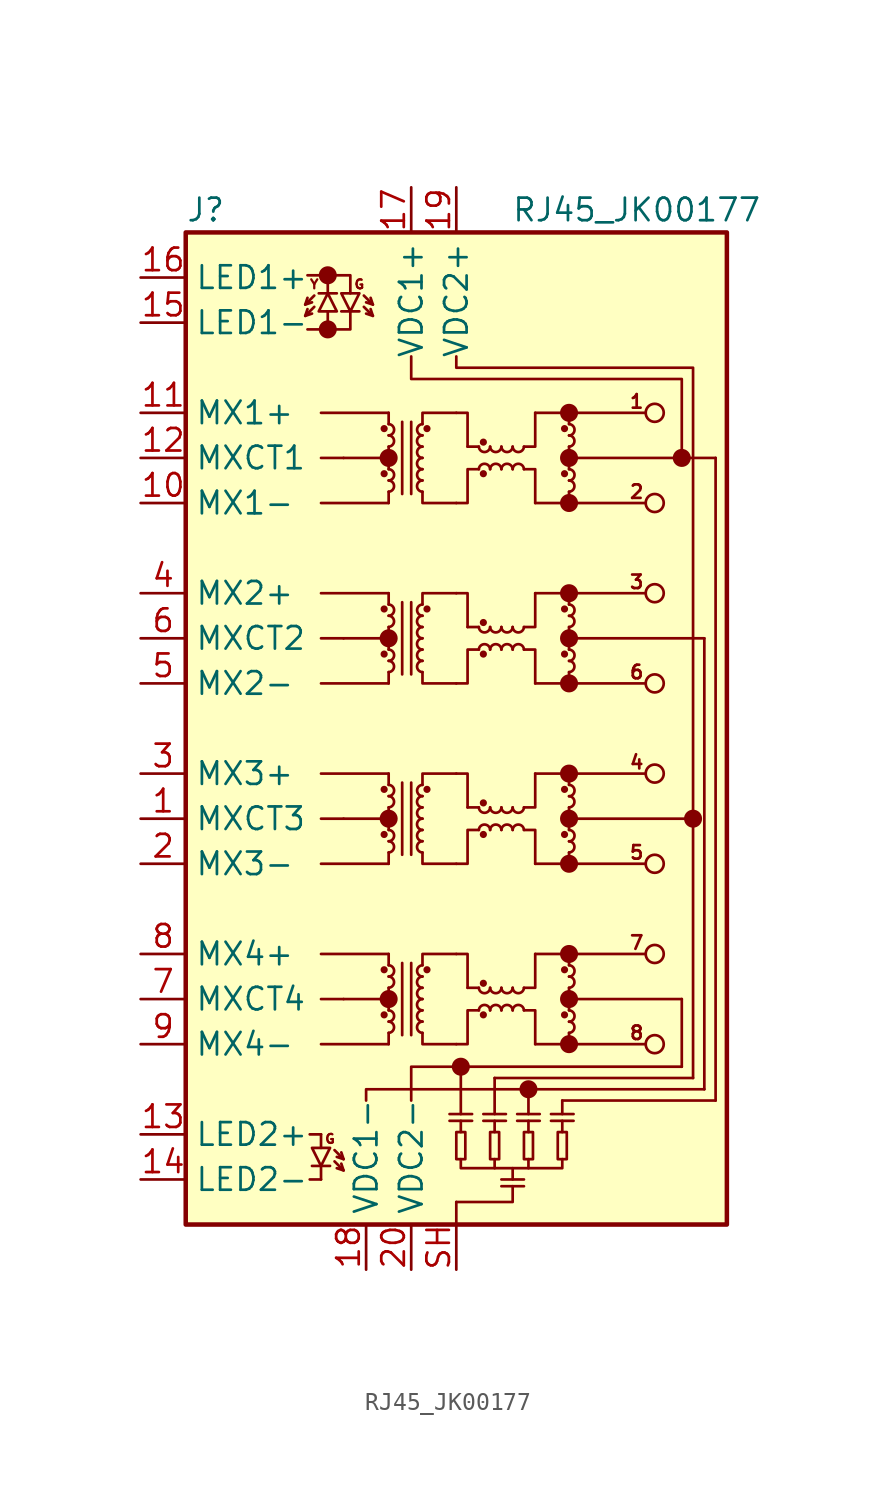
<source format=kicad_sym>
(kicad_symbol_lib
  (version 20241209)
  (generator "kicad_symbol_editor")
  (generator_version "9.0")
  (symbol "RJ45_JK00177"
    (property "Reference" "J"
      (at -15.24 29.21 0)
      (effects (font (size 1.27 1.27)) (justify left)))
    (property "Value" "RJ45_JK00177"
      (at 10.16 29.21 0)
      (effects (font (size 1.27 1.27))))
    (symbol "RJ45_JK00177_0_0"
      (circle (center -7.239 25.527) (radius 0.0001) (stroke (width 0.508) (type default)) (fill (type none)))
      (circle (center -7.239 22.479) (radius 0.0001) (stroke (width 0.508) (type default)) (fill (type none)))
      (circle (center -3.81 15.24) (radius 0.0001) (stroke (width 0.508) (type default)) (fill (type none)))
      (circle (center -3.81 5.08) (radius 0.0001) (stroke (width 0.508) (type default)) (fill (type none)))
      (circle (center -3.81 -5.08) (radius 0.0001) (stroke (width 0.508) (type default)) (fill (type none)))
      (circle (center -3.81 -15.24) (radius 0.0001) (stroke (width 0.508) (type default)) (fill (type none)))
      (circle (center 0.254 -19.05) (radius 0.0001) (stroke (width 0.508) (type default)) (fill (type none)))
      (circle (center 4.064 -20.32) (radius 0.0001) (stroke (width 0.508) (type default)) (fill (type none)))
      (circle (center 6.35 17.78) (radius 0.0001) (stroke (width 0.508) (type default)) (fill (type none)))
      (circle (center 6.35 15.24) (radius 0.0001) (stroke (width 0.508) (type default)) (fill (type none)))
      (circle (center 6.35 12.7) (radius 0.0001) (stroke (width 0.508) (type default)) (fill (type none)))
      (circle (center 6.35 7.62) (radius 0.0001) (stroke (width 0.508) (type default)) (fill (type none)))
      (circle (center 6.35 5.08) (radius 0.0001) (stroke (width 0.508) (type default)) (fill (type none)))
      (circle (center 6.35 2.54) (radius 0.0001) (stroke (width 0.508) (type default)) (fill (type none)))
      (circle (center 6.35 -2.54) (radius 0.0001) (stroke (width 0.508) (type default)) (fill (type none)))
      (circle (center 6.35 -5.08) (radius 0.0001) (stroke (width 0.508) (type default)) (fill (type none)))
      (circle (center 6.35 -7.62) (radius 0.0001) (stroke (width 0.508) (type default)) (fill (type none)))
      (circle (center 6.35 -12.7) (radius 0.0001) (stroke (width 0.508) (type default)) (fill (type none)))
      (circle (center 6.35 -15.24) (radius 0.0001) (stroke (width 0.508) (type default)) (fill (type none)))
      (circle (center 6.35 -17.78) (radius 0.0001) (stroke (width 0.508) (type default)) (fill (type none)))
      (circle (center 12.7 15.24) (radius 0.0001) (stroke (width 0.508) (type default)) (fill (type none)))
      (circle (center 13.335 -5.08) (radius 0.0001) (stroke (width 0.508) (type default)) (fill (type none)))
      (text "Y" (at -8.001 25.019 0) (effects (font (size 0.508 0.508))))
      (text "" (at -7.874 24.892 900) (effects (font (size 1.27 1.27))))
      (text "G" (at -7.112 -23.114 0) (effects (font (size 0.508 0.508))))
      (text "G" (at -5.461 25.019 0) (effects (font (size 0.508 0.508))))
      (text "1" (at 10.16 18.415 0) (effects (font (size 0.762 0.762))))
      (text "2" (at 10.16 13.335 0) (effects (font (size 0.762 0.762))))
      (text "3" (at 10.16 8.255 0) (effects (font (size 0.762 0.762))))
      (text "6" (at 10.16 3.175 0) (effects (font (size 0.762 0.762))))
      (text "4" (at 10.16 -1.905 0) (effects (font (size 0.762 0.762))))
      (text "5" (at 10.16 -6.985 0) (effects (font (size 0.762 0.762))))
      (text "7" (at 10.16 -12.065 0) (effects (font (size 0.762 0.762))))
      (text "8" (at 10.16 -17.145 0) (effects (font (size 0.762 0.762)))))
    (symbol "RJ45_JK00177_0_1"
      (rectangle (start -15.24 27.94) (end 15.24 -27.94) (stroke (width 0.254) (type default)) (fill (type background)))
      (polyline (pts (xy -7.62 17.78) (xy -3.81 17.78)) (stroke (width 0) (type default)) (fill (type none)))
      (polyline (pts (xy -7.62 15.24) (xy -6.35 15.24)) (stroke (width 0) (type default)) (fill (type none)))
      (polyline (pts (xy -7.62 12.7) (xy -3.81 12.7)) (stroke (width 0) (type default)) (fill (type none)))
      (polyline (pts (xy -7.62 7.62) (xy -3.81 7.62)) (stroke (width 0) (type default)) (fill (type none)))
      (polyline (pts (xy -7.62 5.08) (xy -6.35 5.08)) (stroke (width 0) (type default)) (fill (type none)))
      (polyline (pts (xy -7.62 2.54) (xy -3.81 2.54)) (stroke (width 0) (type default)) (fill (type none)))
      (polyline (pts (xy -7.62 -2.54) (xy -3.81 -2.54)) (stroke (width 0) (type default)) (fill (type none)))
      (polyline (pts (xy -7.62 -5.08) (xy -6.35 -5.08)) (stroke (width 0) (type default)) (fill (type none)))
      (polyline (pts (xy -7.62 -7.62) (xy -3.81 -7.62)) (stroke (width 0) (type default)) (fill (type none)))
      (polyline (pts (xy -7.62 -12.7) (xy -3.81 -12.7)) (stroke (width 0) (type default)) (fill (type none)))
      (polyline (pts (xy -7.62 -15.24) (xy -6.35 -15.24)) (stroke (width 0) (type default)) (fill (type none)))
      (polyline (pts (xy -7.62 -17.78) (xy -3.81 -17.78)) (stroke (width 0) (type default)) (fill (type none)))
      (polyline (pts (xy -6.35 15.24) (xy -3.81 15.24)) (stroke (width 0) (type default)) (fill (type none)))
      (polyline (pts (xy -6.35 5.08) (xy -3.81 5.08)) (stroke (width 0) (type default)) (fill (type none)))
      (polyline (pts (xy -6.35 -5.08) (xy -3.81 -5.08)) (stroke (width 0) (type default)) (fill (type none)))
      (polyline (pts (xy -6.35 -15.24) (xy -3.81 -15.24)) (stroke (width 0) (type default)) (fill (type none)))
      (circle (center -4.064 16.891) (radius 0.127) (stroke (width 0) (type default)) (fill (type outline)))
      (circle (center -4.064 14.351) (radius 0.127) (stroke (width 0) (type default)) (fill (type outline)))
      (circle (center -4.064 6.731) (radius 0.127) (stroke (width 0) (type default)) (fill (type outline)))
      (circle (center -4.064 4.191) (radius 0.127) (stroke (width 0) (type default)) (fill (type outline)))
      (circle (center -4.064 -3.429) (radius 0.127) (stroke (width 0) (type default)) (fill (type outline)))
      (circle (center -4.064 -5.969) (radius 0.127) (stroke (width 0) (type default)) (fill (type outline)))
      (circle (center -4.064 -13.589) (radius 0.127) (stroke (width 0) (type default)) (fill (type outline)))
      (circle (center -4.064 -16.129) (radius 0.127) (stroke (width 0) (type default)) (fill (type outline)))
      (arc (start -3.81 17.145) (mid -3.5049 16.8275) (end -3.81 16.51) (stroke (width 0) (type default)) (fill (type none)))
      (arc (start -3.81 16.51) (mid -3.5049 16.1925) (end -3.81 15.875) (stroke (width 0) (type default)) (fill (type none)))
      (arc (start -3.81 14.605) (mid -3.5049 14.2875) (end -3.81 13.97) (stroke (width 0) (type default)) (fill (type none)))
      (arc (start -3.81 13.97) (mid -3.5049 13.6525) (end -3.81 13.335) (stroke (width 0) (type default)) (fill (type none)))
      (arc (start -3.81 6.985) (mid -3.5049 6.6675) (end -3.81 6.35) (stroke (width 0) (type default)) (fill (type none)))
      (arc (start -3.81 6.35) (mid -3.5049 6.0325) (end -3.81 5.715) (stroke (width 0) (type default)) (fill (type none)))
      (arc (start -3.81 4.445) (mid -3.5049 4.1275) (end -3.81 3.81) (stroke (width 0) (type default)) (fill (type none)))
      (arc (start -3.81 3.81) (mid -3.5049 3.4925) (end -3.81 3.175) (stroke (width 0) (type default)) (fill (type none)))
      (arc (start -3.81 -3.175) (mid -3.5049 -3.4925) (end -3.81 -3.81) (stroke (width 0) (type default)) (fill (type none)))
      (arc (start -3.81 -3.81) (mid -3.5049 -4.1275) (end -3.81 -4.445) (stroke (width 0) (type default)) (fill (type none)))
      (arc (start -3.81 -5.715) (mid -3.5049 -6.0325) (end -3.81 -6.35) (stroke (width 0) (type default)) (fill (type none)))
      (arc (start -3.81 -6.35) (mid -3.5049 -6.6675) (end -3.81 -6.985) (stroke (width 0) (type default)) (fill (type none)))
      (arc (start -3.81 -13.335) (mid -3.5049 -13.6525) (end -3.81 -13.97) (stroke (width 0) (type default)) (fill (type none)))
      (arc (start -3.81 -13.97) (mid -3.5049 -14.2875) (end -3.81 -14.605) (stroke (width 0) (type default)) (fill (type none)))
      (arc (start -3.81 -15.875) (mid -3.5049 -16.1925) (end -3.81 -16.51) (stroke (width 0) (type default)) (fill (type none)))
      (arc (start -3.81 -16.51) (mid -3.5049 -16.8275) (end -3.81 -17.145) (stroke (width 0) (type default)) (fill (type none)))
      (polyline (pts (xy -3.81 17.78) (xy -3.81 17.145)) (stroke (width 0) (type default)) (fill (type none)))
      (polyline (pts (xy -3.81 15.24) (xy -3.81 15.875)) (stroke (width 0) (type default)) (fill (type none)))
      (polyline (pts (xy -3.81 15.24) (xy -3.81 14.605)) (stroke (width 0) (type default)) (fill (type none)))
      (polyline (pts (xy -3.81 12.7) (xy -3.81 13.335)) (stroke (width 0) (type default)) (fill (type none)))
      (polyline (pts (xy -3.81 7.62) (xy -3.81 6.985)) (stroke (width 0) (type default)) (fill (type none)))
      (polyline (pts (xy -3.81 5.08) (xy -3.81 5.715)) (stroke (width 0) (type default)) (fill (type none)))
      (polyline (pts (xy -3.81 5.08) (xy -3.81 4.445)) (stroke (width 0) (type default)) (fill (type none)))
      (polyline (pts (xy -3.81 2.54) (xy -3.81 3.175)) (stroke (width 0) (type default)) (fill (type none)))
      (polyline (pts (xy -3.81 -2.54) (xy -3.81 -3.175)) (stroke (width 0) (type default)) (fill (type none)))
      (polyline (pts (xy -3.81 -5.08) (xy -3.81 -4.445)) (stroke (width 0) (type default)) (fill (type none)))
      (polyline (pts (xy -3.81 -5.08) (xy -3.81 -5.715)) (stroke (width 0) (type default)) (fill (type none)))
      (polyline (pts (xy -3.81 -7.62) (xy -3.81 -6.985)) (stroke (width 0) (type default)) (fill (type none)))
      (polyline (pts (xy -3.81 -12.7) (xy -3.81 -13.335)) (stroke (width 0) (type default)) (fill (type none)))
      (polyline (pts (xy -3.81 -15.24) (xy -3.81 -14.605)) (stroke (width 0) (type default)) (fill (type none)))
      (polyline (pts (xy -3.81 -15.24) (xy -3.81 -15.875)) (stroke (width 0) (type default)) (fill (type none)))
      (polyline (pts (xy -3.81 -17.78) (xy -3.81 -17.145)) (stroke (width 0) (type default)) (fill (type none)))
      (polyline (pts (xy -3.048 13.208) (xy -3.048 17.272)) (stroke (width 0) (type default)) (fill (type none)))
      (polyline (pts (xy -3.048 3.048) (xy -3.048 7.112)) (stroke (width 0) (type default)) (fill (type none)))
      (polyline (pts (xy -3.048 -7.112) (xy -3.048 -3.048)) (stroke (width 0) (type default)) (fill (type none)))
      (polyline (pts (xy -3.048 -17.272) (xy -3.048 -13.208)) (stroke (width 0) (type default)) (fill (type none)))
      (polyline (pts (xy -2.54 20.955) (xy -2.54 19.685) (xy 12.7 19.685) (xy 12.7 15.24)) (stroke (width 0.152) (type default)) (fill (type none)))
      (polyline (pts (xy -2.54 13.208) (xy -2.54 17.272)) (stroke (width 0) (type default)) (fill (type none)))
      (polyline (pts (xy -2.54 3.048) (xy -2.54 7.112)) (stroke (width 0) (type default)) (fill (type none)))
      (polyline (pts (xy -2.54 -7.112) (xy -2.54 -3.048)) (stroke (width 0) (type default)) (fill (type none)))
      (polyline (pts (xy -2.54 -17.272) (xy -2.54 -13.208)) (stroke (width 0) (type default)) (fill (type none)))
      (polyline (pts (xy -2.54 -20.955) (xy -2.54 -19.05) (xy 0.254 -19.05)) (stroke (width 0.152) (type default)) (fill (type none)))
      (polyline (pts (xy -1.905 17.145) (xy -1.905 17.78) (xy 0 17.78)) (stroke (width 0) (type default)) (fill (type none)))
      (polyline (pts (xy -1.905 13.335) (xy -1.905 12.7) (xy 0 12.7)) (stroke (width 0) (type default)) (fill (type none)))
      (polyline (pts (xy -1.905 6.985) (xy -1.905 7.62) (xy 0 7.62)) (stroke (width 0) (type default)) (fill (type none)))
      (polyline (pts (xy -1.905 3.175) (xy -1.905 2.54) (xy 0 2.54)) (stroke (width 0) (type default)) (fill (type none)))
      (polyline (pts (xy -1.905 -3.175) (xy -1.905 -2.54) (xy 0 -2.54)) (stroke (width 0) (type default)) (fill (type none)))
      (polyline (pts (xy -1.905 -6.985) (xy -1.905 -7.62) (xy 0 -7.62)) (stroke (width 0) (type default)) (fill (type none)))
      (polyline (pts (xy -1.905 -13.335) (xy -1.905 -12.7) (xy 0 -12.7)) (stroke (width 0) (type default)) (fill (type none)))
      (polyline (pts (xy -1.905 -17.145) (xy -1.905 -17.78) (xy 0 -17.78)) (stroke (width 0) (type default)) (fill (type none)))
      (arc (start -1.905 16.51) (mid -2.2101 16.8275) (end -1.905 17.145) (stroke (width 0) (type default)) (fill (type none)))
      (arc (start -1.905 15.875) (mid -2.2101 16.1925) (end -1.905 16.51) (stroke (width 0) (type default)) (fill (type none)))
      (arc (start -1.905 15.24) (mid -2.2101 15.5575) (end -1.905 15.875) (stroke (width 0) (type default)) (fill (type none)))
      (arc (start -1.905 14.605) (mid -2.2101 14.9225) (end -1.905 15.24) (stroke (width 0) (type default)) (fill (type none)))
      (arc (start -1.905 13.97) (mid -2.2101 14.2875) (end -1.905 14.605) (stroke (width 0) (type default)) (fill (type none)))
      (arc (start -1.905 13.335) (mid -2.2101 13.6525) (end -1.905 13.97) (stroke (width 0) (type default)) (fill (type none)))
      (arc (start -1.905 6.35) (mid -2.2101 6.6675) (end -1.905 6.985) (stroke (width 0) (type default)) (fill (type none)))
      (arc (start -1.905 5.715) (mid -2.2101 6.0325) (end -1.905 6.35) (stroke (width 0) (type default)) (fill (type none)))
      (arc (start -1.905 5.08) (mid -2.2101 5.3975) (end -1.905 5.715) (stroke (width 0) (type default)) (fill (type none)))
      (arc (start -1.905 4.445) (mid -2.2101 4.7625) (end -1.905 5.08) (stroke (width 0) (type default)) (fill (type none)))
      (arc (start -1.905 3.81) (mid -2.2101 4.1275) (end -1.905 4.445) (stroke (width 0) (type default)) (fill (type none)))
      (arc (start -1.905 3.175) (mid -2.2101 3.4925) (end -1.905 3.81) (stroke (width 0) (type default)) (fill (type none)))
      (arc (start -1.905 -3.81) (mid -2.2101 -3.4925) (end -1.905 -3.175) (stroke (width 0) (type default)) (fill (type none)))
      (arc (start -1.905 -4.445) (mid -2.2101 -4.1275) (end -1.905 -3.81) (stroke (width 0) (type default)) (fill (type none)))
      (arc (start -1.905 -5.08) (mid -2.2101 -4.7625) (end -1.905 -4.445) (stroke (width 0) (type default)) (fill (type none)))
      (arc (start -1.905 -5.715) (mid -2.2101 -5.3975) (end -1.905 -5.08) (stroke (width 0) (type default)) (fill (type none)))
      (arc (start -1.905 -6.35) (mid -2.2101 -6.0325) (end -1.905 -5.715) (stroke (width 0) (type default)) (fill (type none)))
      (arc (start -1.905 -6.985) (mid -2.2101 -6.6675) (end -1.905 -6.35) (stroke (width 0) (type default)) (fill (type none)))
      (arc (start -1.905 -13.97) (mid -2.2101 -13.6525) (end -1.905 -13.335) (stroke (width 0) (type default)) (fill (type none)))
      (arc (start -1.905 -14.605) (mid -2.2101 -14.2875) (end -1.905 -13.97) (stroke (width 0) (type default)) (fill (type none)))
      (arc (start -1.905 -15.24) (mid -2.2101 -14.9225) (end -1.905 -14.605) (stroke (width 0) (type default)) (fill (type none)))
      (arc (start -1.905 -15.875) (mid -2.2101 -15.5575) (end -1.905 -15.24) (stroke (width 0) (type default)) (fill (type none)))
      (arc (start -1.905 -16.51) (mid -2.2101 -16.1925) (end -1.905 -15.875) (stroke (width 0) (type default)) (fill (type none)))
      (arc (start -1.905 -17.145) (mid -2.2101 -16.8275) (end -1.905 -16.51) (stroke (width 0) (type default)) (fill (type none)))
      (circle (center -1.651 16.891) (radius 0.127) (stroke (width 0) (type default)) (fill (type outline)))
      (circle (center -1.651 6.731) (radius 0.127) (stroke (width 0) (type default)) (fill (type outline)))
      (circle (center -1.651 -3.429) (radius 0.127) (stroke (width 0) (type default)) (fill (type outline)))
      (circle (center -1.651 -13.589) (radius 0.127) (stroke (width 0) (type default)) (fill (type outline)))
      (polyline (pts (xy -0.381 -21.717) (xy 0.889 -21.717)) (stroke (width 0.152) (type default)) (fill (type none)))
      (polyline (pts (xy -0.381 -22.098) (xy 0.889 -22.098)) (stroke (width 0.152) (type default)) (fill (type none)))
      (polyline (pts (xy 0 17.78) (xy 0.635 17.78) (xy 0.635 15.875)) (stroke (width 0) (type default)) (fill (type none)))
      (polyline (pts (xy 0 12.7) (xy 0.635 12.7) (xy 0.635 14.605) (xy 1.27 14.605)) (stroke (width 0) (type default)) (fill (type none)))
      (polyline (pts (xy 0 7.62) (xy 0.635 7.62) (xy 0.635 5.715)) (stroke (width 0) (type default)) (fill (type none)))
      (polyline (pts (xy 0 2.54) (xy 0.635 2.54) (xy 0.635 4.445) (xy 1.27 4.445)) (stroke (width 0) (type default)) (fill (type none)))
      (polyline (pts (xy 0 -2.54) (xy 0.635 -2.54) (xy 0.635 -4.445)) (stroke (width 0) (type default)) (fill (type none)))
      (polyline (pts (xy 0 -7.62) (xy 0.635 -7.62) (xy 0.635 -5.715) (xy 1.27 -5.715)) (stroke (width 0) (type default)) (fill (type none)))
      (polyline (pts (xy 0 -12.7) (xy 0.635 -12.7) (xy 0.635 -14.605)) (stroke (width 0) (type default)) (fill (type none)))
      (polyline (pts (xy 0 -17.78) (xy 0.635 -17.78) (xy 0.635 -15.875) (xy 1.27 -15.875)) (stroke (width 0) (type default)) (fill (type none)))
      (rectangle (start 0 -22.733) (end 0.508 -24.257) (stroke (width 0.152) (type default)) (fill (type none)))
      (polyline (pts (xy 0 -26.67) (xy 3.175 -26.67) (xy 3.175 -25.781)) (stroke (width 0.152) (type default)) (fill (type none)))
      (polyline (pts (xy 0 -27.94) (xy 0 -26.67)) (stroke (width 0.152) (type default)) (fill (type none)))
      (polyline (pts (xy 0.254 -19.05) (xy 12.7 -19.05)) (stroke (width 0) (type default)) (fill (type none)))
      (polyline (pts (xy 0.254 -21.717) (xy 0.254 -19.05)) (stroke (width 0.152) (type default)) (fill (type none)))
      (rectangle (start 0.254 -22.733) (end 0.254 -22.098) (stroke (width 0.152) (type default)) (fill (type none)))
      (polyline (pts (xy 0.254 -24.257) (xy 0.254 -24.765) (xy 5.969 -24.765) (xy 5.969 -24.257)) (stroke (width 0.152) (type default)) (fill (type none)))
      (polyline (pts (xy 0.635 15.875) (xy 1.27 15.875)) (stroke (width 0) (type default)) (fill (type none)))
      (polyline (pts (xy 0.635 5.715) (xy 1.27 5.715)) (stroke (width 0) (type default)) (fill (type none)))
      (polyline (pts (xy 0.635 -4.445) (xy 1.27 -4.445)) (stroke (width 0) (type default)) (fill (type none)))
      (polyline (pts (xy 0.635 -14.605) (xy 1.27 -14.605)) (stroke (width 0) (type default)) (fill (type none)))
      (circle (center 1.524 16.129) (radius 0.127) (stroke (width 0) (type default)) (fill (type outline)))
      (circle (center 1.524 14.351) (radius 0.127) (stroke (width 0) (type default)) (fill (type outline)))
      (circle (center 1.524 5.969) (radius 0.127) (stroke (width 0) (type default)) (fill (type outline)))
      (circle (center 1.524 4.191) (radius 0.127) (stroke (width 0) (type default)) (fill (type outline)))
      (circle (center 1.524 -4.191) (radius 0.127) (stroke (width 0) (type default)) (fill (type outline)))
      (circle (center 1.524 -5.969) (radius 0.127) (stroke (width 0) (type default)) (fill (type outline)))
      (circle (center 1.524 -14.351) (radius 0.127) (stroke (width 0) (type default)) (fill (type outline)))
      (circle (center 1.524 -16.129) (radius 0.127) (stroke (width 0) (type default)) (fill (type outline)))
      (polyline (pts (xy 1.524 -21.717) (xy 2.794 -21.717)) (stroke (width 0.152) (type default)) (fill (type none)))
      (polyline (pts (xy 1.524 -22.098) (xy 2.794 -22.098)) (stroke (width 0.152) (type default)) (fill (type none)))
      (arc (start 1.905 15.875) (mid 1.5875 15.5699) (end 1.27 15.875) (stroke (width 0) (type default)) (fill (type none)))
      (arc (start 1.27 14.605) (mid 1.5875 14.9101) (end 1.905 14.605) (stroke (width 0) (type default)) (fill (type none)))
      (arc (start 1.905 5.715) (mid 1.5875 5.4099) (end 1.27 5.715) (stroke (width 0) (type default)) (fill (type none)))
      (arc (start 1.27 4.445) (mid 1.5875 4.7501) (end 1.905 4.445) (stroke (width 0) (type default)) (fill (type none)))
      (arc (start 1.905 -4.445) (mid 1.5875 -4.7501) (end 1.27 -4.445) (stroke (width 0) (type default)) (fill (type none)))
      (arc (start 1.27 -5.715) (mid 1.5875 -5.4099) (end 1.905 -5.715) (stroke (width 0) (type default)) (fill (type none)))
      (arc (start 1.905 -14.605) (mid 1.5875 -14.9101) (end 1.27 -14.605) (stroke (width 0) (type default)) (fill (type none)))
      (arc (start 1.27 -15.875) (mid 1.5875 -15.5699) (end 1.905 -15.875) (stroke (width 0) (type default)) (fill (type none)))
      (rectangle (start 1.905 -22.733) (end 2.413 -24.257) (stroke (width 0.152) (type default)) (fill (type none)))
      (polyline (pts (xy 2.159 -21.717) (xy 2.159 -19.685)) (stroke (width 0.152) (type default)) (fill (type none)))
      (rectangle (start 2.159 -22.733) (end 2.159 -22.098) (stroke (width 0.152) (type default)) (fill (type none)))
      (polyline (pts (xy 2.159 -24.257) (xy 2.159 -24.765)) (stroke (width 0.152) (type default)) (fill (type none)))
      (arc (start 2.54 15.875) (mid 2.2225 15.5699) (end 1.905 15.875) (stroke (width 0) (type default)) (fill (type none)))
      (arc (start 1.905 14.605) (mid 2.2225 14.9101) (end 2.54 14.605) (stroke (width 0) (type default)) (fill (type none)))
      (arc (start 2.54 5.715) (mid 2.2225 5.4099) (end 1.905 5.715) (stroke (width 0) (type default)) (fill (type none)))
      (arc (start 1.905 4.445) (mid 2.2225 4.7501) (end 2.54 4.445) (stroke (width 0) (type default)) (fill (type none)))
      (arc (start 2.54 -4.445) (mid 2.2225 -4.7501) (end 1.905 -4.445) (stroke (width 0) (type default)) (fill (type none)))
      (arc (start 1.905 -5.715) (mid 2.2225 -5.4099) (end 2.54 -5.715) (stroke (width 0) (type default)) (fill (type none)))
      (arc (start 2.54 -14.605) (mid 2.2225 -14.9101) (end 1.905 -14.605) (stroke (width 0) (type default)) (fill (type none)))
      (arc (start 1.905 -15.875) (mid 2.2225 -15.5699) (end 2.54 -15.875) (stroke (width 0) (type default)) (fill (type none)))
      (arc (start 3.175 15.875) (mid 2.8575 15.5699) (end 2.54 15.875) (stroke (width 0) (type default)) (fill (type none)))
      (arc (start 2.54 14.605) (mid 2.8575 14.9101) (end 3.175 14.605) (stroke (width 0) (type default)) (fill (type none)))
      (arc (start 3.175 5.715) (mid 2.8575 5.4099) (end 2.54 5.715) (stroke (width 0) (type default)) (fill (type none)))
      (arc (start 2.54 4.445) (mid 2.8575 4.7501) (end 3.175 4.445) (stroke (width 0) (type default)) (fill (type none)))
      (arc (start 3.175 -4.445) (mid 2.8575 -4.7501) (end 2.54 -4.445) (stroke (width 0) (type default)) (fill (type none)))
      (arc (start 2.54 -5.715) (mid 2.8575 -5.4099) (end 3.175 -5.715) (stroke (width 0) (type default)) (fill (type none)))
      (arc (start 3.175 -14.605) (mid 2.8575 -14.9101) (end 2.54 -14.605) (stroke (width 0) (type default)) (fill (type none)))
      (arc (start 2.54 -15.875) (mid 2.8575 -15.5699) (end 3.175 -15.875) (stroke (width 0) (type default)) (fill (type none)))
      (rectangle (start 3.175 -24.765) (end 3.175 -25.4) (stroke (width 0.152) (type default)) (fill (type none)))
      (polyline (pts (xy 3.429 -21.717) (xy 4.699 -21.717)) (stroke (width 0.152) (type default)) (fill (type none)))
      (polyline (pts (xy 3.429 -22.098) (xy 4.699 -22.098)) (stroke (width 0.152) (type default)) (fill (type none)))
      (arc (start 3.81 15.875) (mid 3.4925 15.5699) (end 3.175 15.875) (stroke (width 0) (type default)) (fill (type none)))
      (arc (start 3.175 14.605) (mid 3.4925 14.9101) (end 3.81 14.605) (stroke (width 0) (type default)) (fill (type none)))
      (arc (start 3.81 5.715) (mid 3.4925 5.4099) (end 3.175 5.715) (stroke (width 0) (type default)) (fill (type none)))
      (arc (start 3.175 4.445) (mid 3.4925 4.7501) (end 3.81 4.445) (stroke (width 0) (type default)) (fill (type none)))
      (arc (start 3.81 -4.445) (mid 3.4925 -4.7501) (end 3.175 -4.445) (stroke (width 0) (type default)) (fill (type none)))
      (arc (start 3.175 -5.715) (mid 3.4925 -5.4099) (end 3.81 -5.715) (stroke (width 0) (type default)) (fill (type none)))
      (arc (start 3.81 -14.605) (mid 3.4925 -14.9101) (end 3.175 -14.605) (stroke (width 0) (type default)) (fill (type none)))
      (arc (start 3.175 -15.875) (mid 3.4925 -15.5699) (end 3.81 -15.875) (stroke (width 0) (type default)) (fill (type none)))
      (polyline (pts (xy 3.81 15.875) (xy 4.445 15.875) (xy 4.445 17.78)) (stroke (width 0) (type default)) (fill (type none)))
      (polyline (pts (xy 3.81 14.605) (xy 4.445 14.605) (xy 4.445 12.7)) (stroke (width 0) (type default)) (fill (type none)))
      (polyline (pts (xy 3.81 5.715) (xy 4.445 5.715) (xy 4.445 7.62)) (stroke (width 0) (type default)) (fill (type none)))
      (polyline (pts (xy 3.81 4.445) (xy 4.445 4.445) (xy 4.445 2.54)) (stroke (width 0) (type default)) (fill (type none)))
      (polyline (pts (xy 3.81 -4.445) (xy 4.445 -4.445) (xy 4.445 -2.54)) (stroke (width 0) (type default)) (fill (type none)))
      (polyline (pts (xy 3.81 -5.715) (xy 4.445 -5.715) (xy 4.445 -7.62)) (stroke (width 0) (type default)) (fill (type none)))
      (polyline (pts (xy 3.81 -14.605) (xy 4.445 -14.605) (xy 4.445 -12.7)) (stroke (width 0) (type default)) (fill (type none)))
      (polyline (pts (xy 3.81 -15.875) (xy 4.445 -15.875) (xy 4.445 -17.78)) (stroke (width 0) (type default)) (fill (type none)))
      (rectangle (start 3.81 -22.733) (end 4.318 -24.257) (stroke (width 0.152) (type default)) (fill (type none)))
      (polyline (pts (xy 3.81 -25.4) (xy 2.54 -25.4)) (stroke (width 0.152) (type default)) (fill (type none)))
      (polyline (pts (xy 3.81 -25.781) (xy 2.54 -25.781)) (stroke (width 0.152) (type default)) (fill (type none)))
      (polyline (pts (xy 4.064 -20.32) (xy -5.08 -20.32) (xy -5.08 -20.955)) (stroke (width 0.152) (type default)) (fill (type none)))
      (polyline (pts (xy 4.064 -21.717) (xy 4.064 -20.32)) (stroke (width 0.152) (type default)) (fill (type none)))
      (rectangle (start 4.064 -22.733) (end 4.064 -22.098) (stroke (width 0.152) (type default)) (fill (type none)))
      (polyline (pts (xy 4.064 -24.257) (xy 4.064 -24.765)) (stroke (width 0.152) (type default)) (fill (type none)))
      (polyline (pts (xy 4.445 17.78) (xy 6.35 17.78)) (stroke (width 0) (type default)) (fill (type none)))
      (polyline (pts (xy 4.445 12.7) (xy 6.35 12.7)) (stroke (width 0) (type default)) (fill (type none)))
      (polyline (pts (xy 4.445 7.62) (xy 6.35 7.62)) (stroke (width 0) (type default)) (fill (type none)))
      (polyline (pts (xy 4.445 2.54) (xy 6.35 2.54)) (stroke (width 0) (type default)) (fill (type none)))
      (polyline (pts (xy 4.445 -2.54) (xy 6.35 -2.54)) (stroke (width 0) (type default)) (fill (type none)))
      (polyline (pts (xy 4.445 -7.62) (xy 6.35 -7.62)) (stroke (width 0) (type default)) (fill (type none)))
      (polyline (pts (xy 4.445 -12.7) (xy 6.35 -12.7)) (stroke (width 0) (type default)) (fill (type none)))
      (polyline (pts (xy 4.445 -17.78) (xy 6.35 -17.78)) (stroke (width 0) (type default)) (fill (type none)))
      (polyline (pts (xy 5.334 -21.717) (xy 6.604 -21.717)) (stroke (width 0.152) (type default)) (fill (type none)))
      (polyline (pts (xy 5.334 -22.098) (xy 6.604 -22.098)) (stroke (width 0.152) (type default)) (fill (type none)))
      (rectangle (start 5.715 -22.733) (end 6.223 -24.257) (stroke (width 0.152) (type default)) (fill (type none)))
      (polyline (pts (xy 5.969 -21.717) (xy 5.969 -20.955)) (stroke (width 0.152) (type default)) (fill (type none)))
      (rectangle (start 5.969 -22.733) (end 5.969 -22.098) (stroke (width 0.152) (type default)) (fill (type none)))
      (circle (center 6.096 16.891) (radius 0.127) (stroke (width 0) (type default)) (fill (type outline)))
      (circle (center 6.096 14.351) (radius 0.127) (stroke (width 0) (type default)) (fill (type outline)))
      (circle (center 6.096 6.731) (radius 0.127) (stroke (width 0) (type default)) (fill (type outline)))
      (circle (center 6.096 4.191) (radius 0.127) (stroke (width 0) (type default)) (fill (type outline)))
      (circle (center 6.096 -3.429) (radius 0.127) (stroke (width 0) (type default)) (fill (type outline)))
      (circle (center 6.096 -5.969) (radius 0.127) (stroke (width 0) (type default)) (fill (type outline)))
      (circle (center 6.096 -13.589) (radius 0.127) (stroke (width 0) (type default)) (fill (type outline)))
      (circle (center 6.096 -16.129) (radius 0.127) (stroke (width 0) (type default)) (fill (type outline)))
      (arc (start 6.35 17.145) (mid 6.6553 16.827) (end 6.35 16.51) (stroke (width 0) (type default)) (fill (type none)))
      (arc (start 6.35 16.51) (mid 6.6553 16.192) (end 6.35 15.875) (stroke (width 0) (type default)) (fill (type none)))
      (arc (start 6.35 14.605) (mid 6.6553 14.287) (end 6.35 13.97) (stroke (width 0) (type default)) (fill (type none)))
      (arc (start 6.35 13.97) (mid 6.6553 13.652) (end 6.35 13.335) (stroke (width 0) (type default)) (fill (type none)))
      (arc (start 6.35 6.985) (mid 6.6553 6.667) (end 6.35 6.35) (stroke (width 0) (type default)) (fill (type none)))
      (arc (start 6.35 6.35) (mid 6.6553 6.032) (end 6.35 5.715) (stroke (width 0) (type default)) (fill (type none)))
      (arc (start 6.35 4.445) (mid 6.6553 4.127) (end 6.35 3.81) (stroke (width 0) (type default)) (fill (type none)))
      (arc (start 6.35 3.81) (mid 6.6553 3.492) (end 6.35 3.175) (stroke (width 0) (type default)) (fill (type none)))
      (arc (start 6.35 -3.175) (mid 6.6553 -3.493) (end 6.35 -3.81) (stroke (width 0) (type default)) (fill (type none)))
      (arc (start 6.35 -3.81) (mid 6.6553 -4.128) (end 6.35 -4.445) (stroke (width 0) (type default)) (fill (type none)))
      (arc (start 6.35 -5.715) (mid 6.6553 -6.033) (end 6.35 -6.35) (stroke (width 0) (type default)) (fill (type none)))
      (arc (start 6.35 -6.35) (mid 6.6553 -6.668) (end 6.35 -6.985) (stroke (width 0) (type default)) (fill (type none)))
      (arc (start 6.35 -13.335) (mid 6.6553 -13.653) (end 6.35 -13.97) (stroke (width 0) (type default)) (fill (type none)))
      (arc (start 6.35 -13.97) (mid 6.6553 -14.288) (end 6.35 -14.605) (stroke (width 0) (type default)) (fill (type none)))
      (arc (start 6.35 -15.875) (mid 6.6553 -16.193) (end 6.35 -16.51) (stroke (width 0) (type default)) (fill (type none)))
      (arc (start 6.35 -16.51) (mid 6.6553 -16.828) (end 6.35 -17.145) (stroke (width 0) (type default)) (fill (type none)))
      (polyline (pts (xy 6.35 17.78) (xy 6.35 17.145)) (stroke (width 0) (type default)) (fill (type none)))
      (polyline (pts (xy 6.35 17.78) (xy 10.668 17.78)) (stroke (width 0) (type default)) (fill (type none)))
      (polyline (pts (xy 6.35 15.24) (xy 6.35 15.875)) (stroke (width 0) (type default)) (fill (type none)))
      (polyline (pts (xy 6.35 15.24) (xy 6.35 14.605)) (stroke (width 0) (type default)) (fill (type none)))
      (polyline (pts (xy 6.35 12.7) (xy 6.35 13.335)) (stroke (width 0) (type default)) (fill (type none)))
      (polyline (pts (xy 6.35 12.7) (xy 10.668 12.7)) (stroke (width 0) (type default)) (fill (type none)))
      (polyline (pts (xy 6.35 7.62) (xy 6.35 6.985)) (stroke (width 0) (type default)) (fill (type none)))
      (polyline (pts (xy 6.35 7.62) (xy 10.668 7.62)) (stroke (width 0) (type default)) (fill (type none)))
      (polyline (pts (xy 6.35 5.08) (xy 6.35 5.715)) (stroke (width 0) (type default)) (fill (type none)))
      (polyline (pts (xy 6.35 5.08) (xy 6.35 4.445)) (stroke (width 0) (type default)) (fill (type none)))
      (polyline (pts (xy 6.35 2.54) (xy 6.35 3.175)) (stroke (width 0) (type default)) (fill (type none)))
      (polyline (pts (xy 6.35 2.54) (xy 10.668 2.54)) (stroke (width 0) (type default)) (fill (type none)))
      (polyline (pts (xy 6.35 -2.54) (xy 6.35 -3.175)) (stroke (width 0) (type default)) (fill (type none)))
      (polyline (pts (xy 6.35 -2.54) (xy 10.668 -2.54)) (stroke (width 0) (type default)) (fill (type none)))
      (polyline (pts (xy 6.35 -5.08) (xy 6.35 -4.445)) (stroke (width 0) (type default)) (fill (type none)))
      (polyline (pts (xy 6.35 -5.08) (xy 6.35 -5.715)) (stroke (width 0) (type default)) (fill (type none)))
      (polyline (pts (xy 6.35 -5.08) (xy 13.335 -5.08)) (stroke (width 0) (type default)) (fill (type none)))
      (polyline (pts (xy 6.35 -7.62) (xy 6.35 -6.985)) (stroke (width 0) (type default)) (fill (type none)))
      (polyline (pts (xy 6.35 -7.62) (xy 10.668 -7.62)) (stroke (width 0) (type default)) (fill (type none)))
      (polyline (pts (xy 6.35 -12.7) (xy 6.35 -13.335)) (stroke (width 0) (type default)) (fill (type none)))
      (polyline (pts (xy 6.35 -12.7) (xy 10.668 -12.7)) (stroke (width 0) (type default)) (fill (type none)))
      (polyline (pts (xy 6.35 -15.24) (xy 6.35 -14.605)) (stroke (width 0) (type default)) (fill (type none)))
      (polyline (pts (xy 6.35 -15.24) (xy 6.35 -15.875)) (stroke (width 0) (type default)) (fill (type none)))
      (polyline (pts (xy 6.35 -15.24) (xy 12.7 -15.24)) (stroke (width 0) (type default)) (fill (type none)))
      (polyline (pts (xy 6.35 -17.78) (xy 6.35 -17.145)) (stroke (width 0) (type default)) (fill (type none)))
      (polyline (pts (xy 6.35 -17.78) (xy 10.668 -17.78)) (stroke (width 0) (type default)) (fill (type none)))
      (circle (center 11.176 17.78) (radius 0.508) (stroke (width 0) (type default)) (fill (type none)))
      (circle (center 11.176 12.7) (radius 0.508) (stroke (width 0) (type default)) (fill (type none)))
      (circle (center 11.176 7.62) (radius 0.508) (stroke (width 0) (type default)) (fill (type none)))
      (circle (center 11.176 2.54) (radius 0.508) (stroke (width 0) (type default)) (fill (type none)))
      (circle (center 11.176 -2.54) (radius 0.508) (stroke (width 0) (type default)) (fill (type none)))
      (circle (center 11.176 -7.62) (radius 0.508) (stroke (width 0) (type default)) (fill (type none)))
      (circle (center 11.176 -12.7) (radius 0.508) (stroke (width 0) (type default)) (fill (type none)))
      (circle (center 11.176 -17.78) (radius 0.508) (stroke (width 0) (type default)) (fill (type none)))
      (polyline (pts (xy 12.7 -19.05) (xy 12.7 -15.24)) (stroke (width 0) (type default)) (fill (type none)))
      (polyline (pts (xy 13.335 -5.08) (xy 13.335 20.32) (xy 0 20.32) (xy 0 20.955)) (stroke (width 0.152) (type default)) (fill (type none)))
      (polyline (pts (xy 13.335 -19.685) (xy 2.159 -19.685)) (stroke (width 0.152) (type default)) (fill (type none)))
      (polyline (pts (xy 13.335 -19.685) (xy 13.335 -5.08)) (stroke (width 0) (type default)) (fill (type none)))
      (polyline (pts (xy 13.97 5.08) (xy 6.35 5.08)) (stroke (width 0) (type default)) (fill (type none)))
      (polyline (pts (xy 13.97 -20.32) (xy 4.064 -20.32)) (stroke (width 0.152) (type default)) (fill (type none)))
      (polyline (pts (xy 13.97 -20.32) (xy 13.97 5.08)) (stroke (width 0) (type default)) (fill (type none)))
      (polyline (pts (xy 14.605 15.24) (xy 6.35 15.24)) (stroke (width 0) (type default)) (fill (type none)))
      (polyline (pts (xy 14.605 -20.955) (xy 5.969 -20.955)) (stroke (width 0.152) (type default)) (fill (type none)))
      (polyline (pts (xy 14.605 -20.955) (xy 14.605 15.24)) (stroke (width 0) (type default)) (fill (type none))))
    (symbol "RJ45_JK00177_1_1"
      (polyline (pts (xy -8.509 23.876) (xy -8.382 24.257)) (stroke (width 0) (type default)) (fill (type none)))
      (polyline (pts (xy -8.509 23.241) (xy -8.382 23.622)) (stroke (width 0) (type default)) (fill (type none)))
      (polyline (pts (xy -8.382 22.479) (xy -5.969 22.479) (xy -5.969 23.495)) (stroke (width 0) (type default)) (fill (type none)))
      (polyline (pts (xy -8.255 -22.86) (xy -7.62 -22.86)) (stroke (width 0) (type default)) (fill (type none)))
      (polyline (pts (xy -8.255 -25.4) (xy -7.62 -25.4)) (stroke (width 0) (type default)) (fill (type none)))
      (polyline (pts (xy -8.128 -24.638) (xy -7.112 -24.638)) (stroke (width 0) (type default)) (fill (type none)))
      (polyline (pts (xy -8.001 24.384) (xy -8.509 23.876) (xy -8.128 24.003)) (stroke (width 0) (type default)) (fill (type none)))
      (polyline (pts (xy -8.001 23.749) (xy -8.509 23.241) (xy -8.128 23.368)) (stroke (width 0) (type default)) (fill (type none)))
      (polyline (pts (xy -7.62 -22.86) (xy -7.62 -23.622)) (stroke (width 0) (type default)) (fill (type none)))
      (polyline (pts (xy -7.62 -24.638) (xy -8.128 -23.622) (xy -7.112 -23.622) (xy -7.62 -24.638)) (stroke (width 0) (type default)) (fill (type none)))
      (polyline (pts (xy -7.62 -25.4) (xy -7.62 -24.638)) (stroke (width 0) (type default)) (fill (type none)))
      (polyline (pts (xy -7.239 25.527) (xy -7.239 24.511)) (stroke (width 0) (type default)) (fill (type none)))
      (polyline (pts (xy -7.239 24.511) (xy -6.731 23.495) (xy -7.747 23.495) (xy -7.239 24.511)) (stroke (width 0) (type default)) (fill (type none)))
      (polyline (pts (xy -7.239 22.479) (xy -7.239 23.495)) (stroke (width 0) (type default)) (fill (type none)))
      (polyline (pts (xy -6.858 -23.749) (xy -6.35 -24.257) (xy -6.731 -24.13)) (stroke (width 0) (type default)) (fill (type none)))
      (polyline (pts (xy -6.858 -24.384) (xy -6.35 -24.892) (xy -6.731 -24.765)) (stroke (width 0) (type default)) (fill (type none)))
      (polyline (pts (xy -6.731 24.511) (xy -7.747 24.511)) (stroke (width 0) (type default)) (fill (type none)))
      (polyline (pts (xy -6.477 23.495) (xy -5.461 23.495)) (stroke (width 0) (type default)) (fill (type none)))
      (polyline (pts (xy -6.35 -24.257) (xy -6.477 -23.876)) (stroke (width 0) (type default)) (fill (type none)))
      (polyline (pts (xy -6.35 -24.892) (xy -6.477 -24.511)) (stroke (width 0) (type default)) (fill (type none)))
      (polyline (pts (xy -5.969 24.511) (xy -5.969 25.527) (xy -8.382 25.527)) (stroke (width 0) (type default)) (fill (type none)))
      (polyline (pts (xy -5.969 23.495) (xy -6.477 24.511) (xy -5.461 24.511) (xy -5.969 23.495)) (stroke (width 0) (type default)) (fill (type none)))
      (polyline (pts (xy -5.207 24.384) (xy -4.699 23.876) (xy -5.08 24.003)) (stroke (width 0) (type default)) (fill (type none)))
      (polyline (pts (xy -5.207 23.749) (xy -4.699 23.241) (xy -5.08 23.368)) (stroke (width 0) (type default)) (fill (type none)))
      (polyline (pts (xy -4.699 23.876) (xy -4.826 24.257)) (stroke (width 0) (type default)) (fill (type none)))
      (polyline (pts (xy -4.699 23.241) (xy -4.826 23.622)) (stroke (width 0) (type default)) (fill (type none)))
      (pin passive line (at -17.78 25.4 0) (length 2.54) (name "LED1+" (effects (font (size 1.27 1.27)))) (number "16" (effects (font (size 1.27 1.27)))))
      (pin passive line (at -17.78 22.86 0) (length 2.54) (name "LED1-" (effects (font (size 1.27 1.27)))) (number "15" (effects (font (size 1.27 1.27)))))
      (pin passive line (at -17.78 17.78 0) (length 2.54) (name "MX1+" (effects (font (size 1.27 1.27)))) (number "11" (effects (font (size 1.27 1.27)))))
      (pin passive line (at -17.78 15.24 0) (length 2.54) (name "MXCT1" (effects (font (size 1.27 1.27)))) (number "12" (effects (font (size 1.27 1.27)))))
      (pin passive line (at -17.78 12.7 0) (length 2.54) (name "MX1-" (effects (font (size 1.27 1.27)))) (number "10" (effects (font (size 1.27 1.27)))))
      (pin passive line (at -17.78 7.62 0) (length 2.54) (name "MX2+" (effects (font (size 1.27 1.27)))) (number "4" (effects (font (size 1.27 1.27)))))
      (pin passive line (at -17.78 5.08 0) (length 2.54) (name "MXCT2" (effects (font (size 1.27 1.27)))) (number "6" (effects (font (size 1.27 1.27)))))
      (pin passive line (at -17.78 2.54 0) (length 2.54) (name "MX2-" (effects (font (size 1.27 1.27)))) (number "5" (effects (font (size 1.27 1.27)))))
      (pin passive line (at -17.78 -2.54 0) (length 2.54) (name "MX3+" (effects (font (size 1.27 1.27)))) (number "3" (effects (font (size 1.27 1.27)))))
      (pin passive line (at -17.78 -5.08 0) (length 2.54) (name "MXCT3" (effects (font (size 1.27 1.27)))) (number "1" (effects (font (size 1.27 1.27)))))
      (pin passive line (at -17.78 -7.62 0) (length 2.54) (name "MX3-" (effects (font (size 1.27 1.27)))) (number "2" (effects (font (size 1.27 1.27)))))
      (pin passive line (at -17.78 -12.7 0) (length 2.54) (name "MX4+" (effects (font (size 1.27 1.27)))) (number "8" (effects (font (size 1.27 1.27)))))
      (pin passive line (at -17.78 -15.24 0) (length 2.54) (name "MXCT4" (effects (font (size 1.27 1.27)))) (number "7" (effects (font (size 1.27 1.27)))))
      (pin passive line (at -17.78 -17.78 0) (length 2.54) (name "MX4-" (effects (font (size 1.27 1.27)))) (number "9" (effects (font (size 1.27 1.27)))))
      (pin passive line (at -17.78 -22.86 0) (length 2.54) (name "LED2+" (effects (font (size 1.27 1.27)))) (number "13" (effects (font (size 1.27 1.27)))))
      (pin passive line (at -17.78 -25.4 0) (length 2.54) (name "LED2-" (effects (font (size 1.27 1.27)))) (number "14" (effects (font (size 1.27 1.27)))))
      (pin passive line (at -5.08 -30.48 90) (length 2.54) (name "VDC1-" (effects (font (size 1.27 1.27)))) (number "18" (effects (font (size 1.27 1.27)))))
      (pin passive line (at -2.54 30.48 270) (length 2.54) (name "VDC1+" (effects (font (size 1.27 1.27)))) (number "17" (effects (font (size 1.27 1.27)))))
      (pin passive line (at -2.54 -30.48 90) (length 2.54) (name "VDC2-" (effects (font (size 1.27 1.27)))) (number "20" (effects (font (size 1.27 1.27)))))
      (pin passive line (at 0 30.48 270) (length 2.54) (name "VDC2+" (effects (font (size 1.27 1.27)))) (number "19" (effects (font (size 1.27 1.27)))))
      (pin passive line (at 0 -30.48 90) (length 2.54) (name "~" (effects (font (size 1.27 1.27)))) (number "SH" (effects (font (size 1.27 1.27))))))))
</source>
